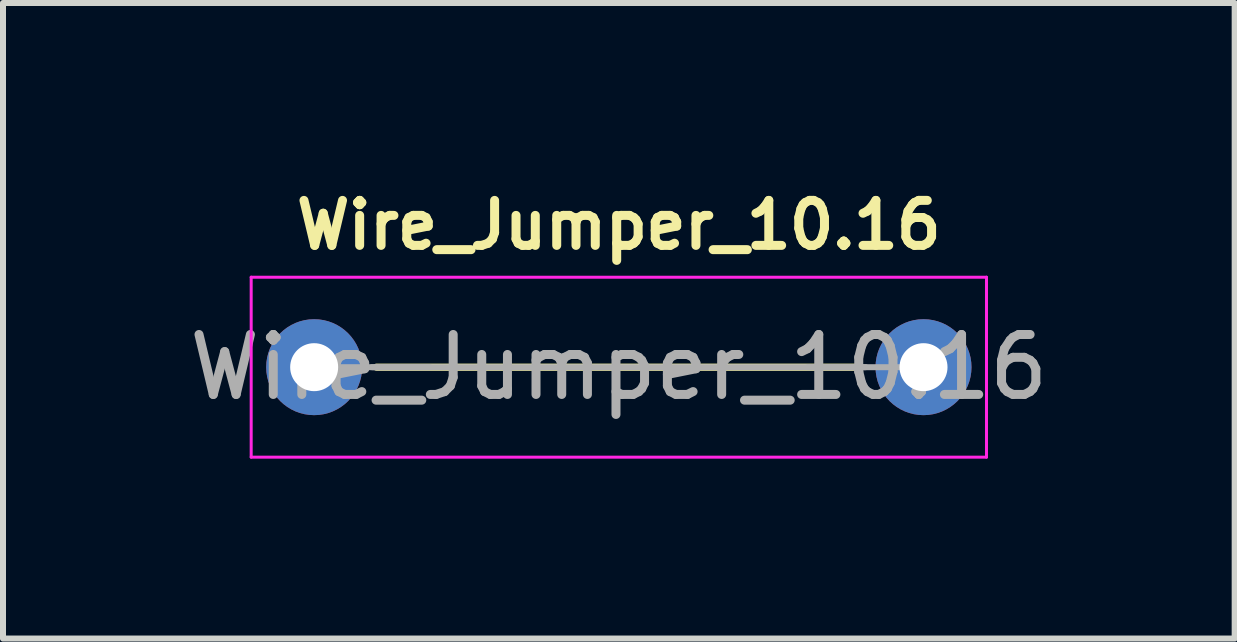
<source format=kicad_pcb>
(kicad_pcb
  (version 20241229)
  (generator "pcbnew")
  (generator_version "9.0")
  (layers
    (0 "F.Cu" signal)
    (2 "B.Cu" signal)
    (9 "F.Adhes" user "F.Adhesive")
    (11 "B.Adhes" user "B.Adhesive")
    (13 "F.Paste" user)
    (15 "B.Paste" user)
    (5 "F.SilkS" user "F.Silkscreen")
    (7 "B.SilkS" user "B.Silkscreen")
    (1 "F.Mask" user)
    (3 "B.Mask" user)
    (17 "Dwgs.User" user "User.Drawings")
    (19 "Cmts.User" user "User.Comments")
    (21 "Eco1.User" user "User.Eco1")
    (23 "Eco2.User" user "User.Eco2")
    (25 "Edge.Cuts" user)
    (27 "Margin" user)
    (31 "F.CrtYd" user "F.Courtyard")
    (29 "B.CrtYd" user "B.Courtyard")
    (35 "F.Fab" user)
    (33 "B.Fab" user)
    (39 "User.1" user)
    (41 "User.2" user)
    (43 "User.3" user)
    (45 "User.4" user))
  (footprint "Wire_Jumper_10.16"
    (layer "F.Cu")
    (at 2.188 3.072)
    (property "Reference" "Wire_Jumper_10.16" (at 5.08 -2.37 0) (layer "F.SilkS") (effects (font (size 0.75 0.75) (thickness 0.15))))
    (attr through_hole)
    (fp_line (start 1.04 0) (end 9.12 0) (stroke (width 0.12) (type solid)) (layer "F.SilkS"))
    (fp_line (start -1.05 -1.5) (end -1.05 1.5) (stroke (width 0.05) (type solid)) (layer "F.CrtYd"))
    (fp_line (start -1.05 1.5) (end 11.21 1.5) (stroke (width 0.05) (type solid)) (layer "F.CrtYd"))
    (fp_line (start 11.21 -1.5) (end -1.05 -1.5) (stroke (width 0.05) (type solid)) (layer "F.CrtYd"))
    (fp_line (start 11.21 1.5) (end 11.21 -1.5) (stroke (width 0.05) (type solid)) (layer "F.CrtYd"))
    (fp_line (start 0 0) (end 1.93 0) (stroke (width 0.1) (type solid)) (layer "F.Fab"))
    (fp_line (start 0.965 0) (end 9.195 0) (stroke (width 0.1) (type default)) (layer "F.Fab"))
    (fp_line (start 10.16 0) (end 8.23 0) (stroke (width 0.1) (type solid)) (layer "F.Fab"))
    (fp_text user "${REFERENCE}" (at 5.08 0 0) (layer "F.Fab") (effects (font (size 1 1) (thickness 0.15))))
    (pad "1" thru_hole circle (at 0 0) (size 1.6 1.6) (drill 0.8) (layers "*.Cu" "*.Mask"))
    (pad "2" thru_hole oval (at 10.16 0) (size 1.6 1.6) (drill 0.8) (layers "*.Cu" "*.Mask")))
  (gr_rect
    (start -3 -3)
    (end 17.536 7.597)
    (stroke (width 0.1) (type default))
    (fill no)
    (layer "Edge.Cuts")))
</source>
